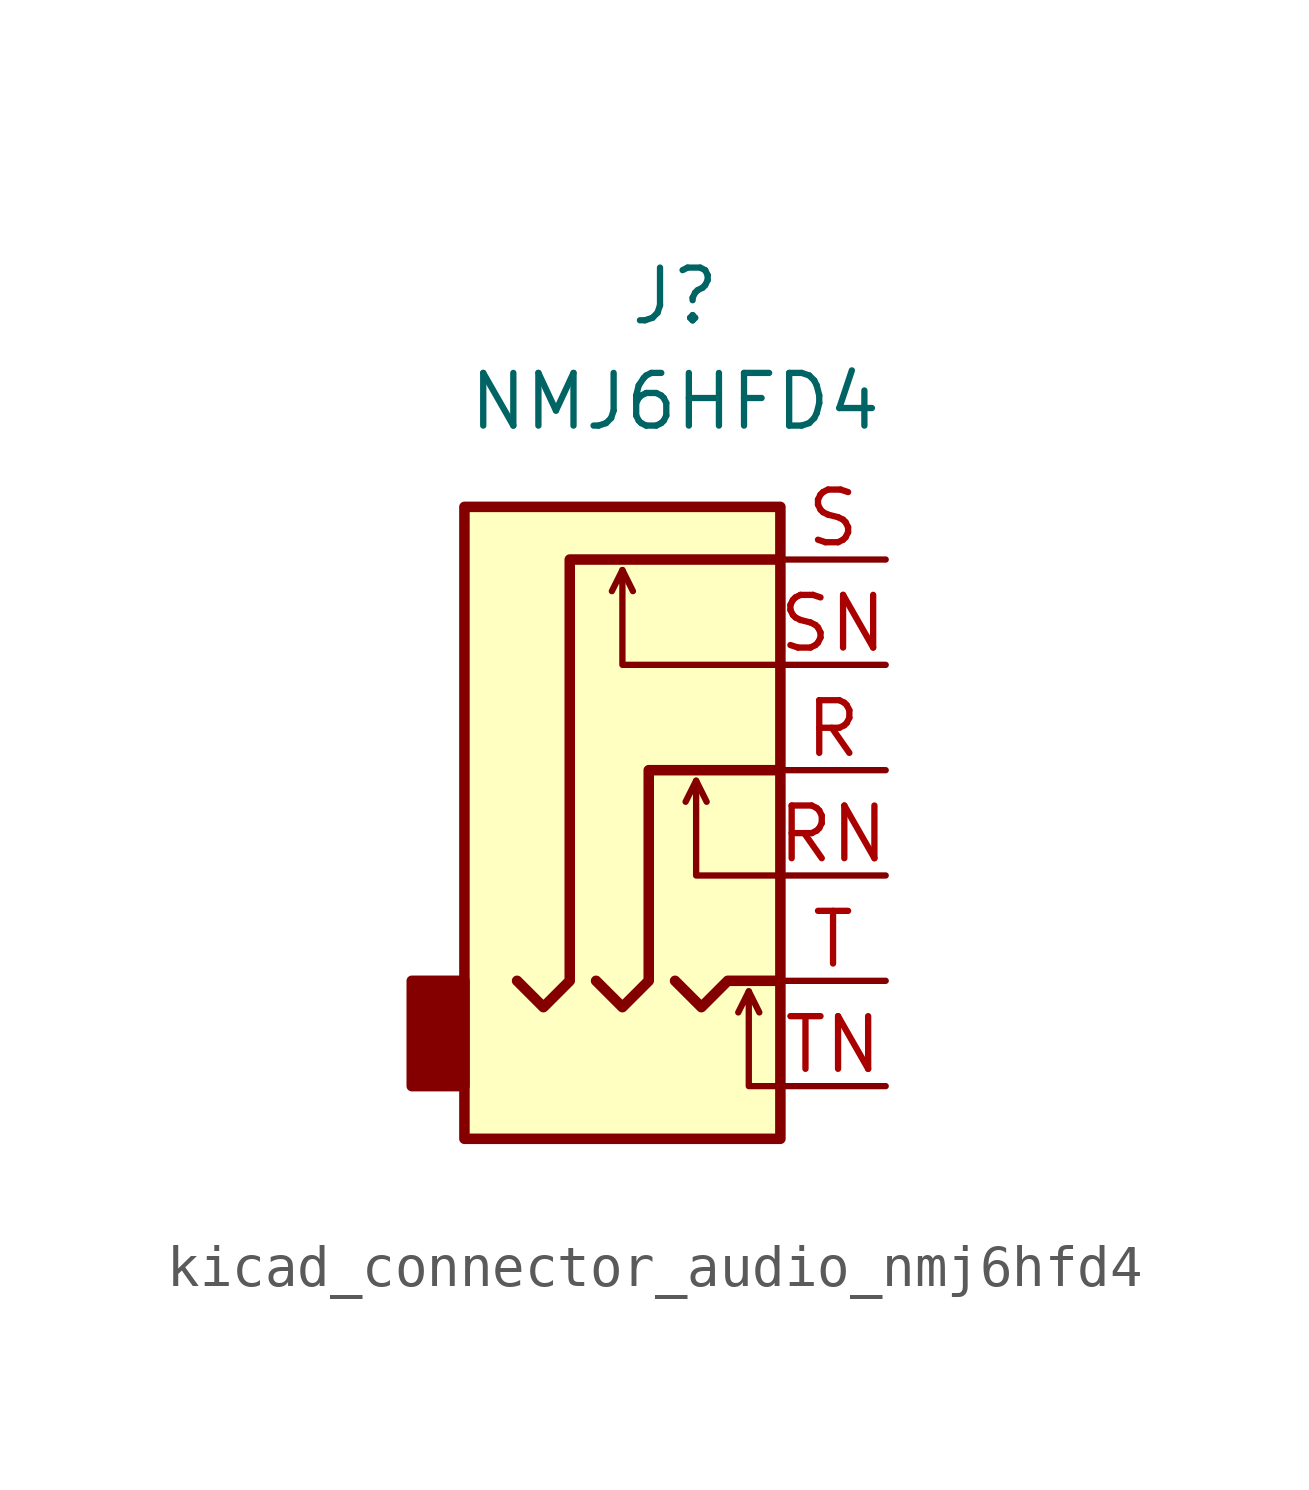
<source format=kicad_sym>
(kicad_symbol_lib
  (version 20220914)
  (generator kicad_symbol_editor)
  (symbol "kicad_connector_audio_nmj6hfd4"
    (property "Reference" "J"
      (at 0 11.43 0)
      (effects (font (size 1.27 1.27))))
    (property "Value" "NMJ6HFD4"
      (at 0 8.89 0)
      (effects (font (size 1.27 1.27))))
    (symbol "kicad_connector_audio_nmj6hfd4_0_1"
      (rectangle (start -5.08 -5.08) (end -6.35 -7.62) (stroke (width 0.254) (type default)) (fill (type outline)))
      (polyline (pts (xy -1.27 4.826) (xy -1.016 4.318)) (stroke (width 0) (type default)) (fill (type none)))
      (polyline (pts (xy 0.508 -0.254) (xy 0.762 -0.762)) (stroke (width 0) (type default)) (fill (type none)))
      (polyline (pts (xy 1.778 -5.334) (xy 2.032 -5.842)) (stroke (width 0) (type default)) (fill (type none)))
      (polyline (pts (xy 0 -5.08) (xy 0.635 -5.715) (xy 1.27 -5.08) (xy 2.54 -5.08)) (stroke (width 0.254) (type default)) (fill (type none)))
      (polyline (pts (xy 2.54 -7.62) (xy 1.778 -7.62) (xy 1.778 -5.334) (xy 1.524 -5.842)) (stroke (width 0) (type default)) (fill (type none)))
      (polyline (pts (xy 2.54 -2.54) (xy 0.508 -2.54) (xy 0.508 -0.254) (xy 0.254 -0.762)) (stroke (width 0) (type default)) (fill (type none)))
      (polyline (pts (xy 2.54 2.54) (xy -1.27 2.54) (xy -1.27 4.826) (xy -1.524 4.318)) (stroke (width 0) (type default)) (fill (type none)))
      (polyline (pts (xy -1.905 -5.08) (xy -1.27 -5.715) (xy -0.635 -5.08) (xy -0.635 0) (xy 2.54 0)) (stroke (width 0.254) (type default)) (fill (type none)))
      (polyline (pts (xy 2.54 5.08) (xy -2.54 5.08) (xy -2.54 -5.08) (xy -3.175 -5.715) (xy -3.81 -5.08)) (stroke (width 0.254) (type default)) (fill (type none)))
      (rectangle (start 2.54 6.35) (end -5.08 -8.89) (stroke (width 0.254) (type default)) (fill (type background))))
    (symbol "kicad_connector_audio_nmj6hfd4_1_1"
      (pin passive line (at 5.08 0 180) (length 2.54) (name "~" (effects (font (size 1.27 1.27)))) (number "R" (effects (font (size 1.27 1.27)))))
      (pin passive line (at 5.08 -2.54 180) (length 2.54) (name "~" (effects (font (size 1.27 1.27)))) (number "RN" (effects (font (size 1.27 1.27)))))
      (pin passive line (at 5.08 5.08 180) (length 2.54) (name "~" (effects (font (size 1.27 1.27)))) (number "S" (effects (font (size 1.27 1.27)))))
      (pin passive line (at 5.08 2.54 180) (length 2.54) (name "~" (effects (font (size 1.27 1.27)))) (number "SN" (effects (font (size 1.27 1.27)))))
      (pin passive line (at 5.08 -5.08 180) (length 2.54) (name "~" (effects (font (size 1.27 1.27)))) (number "T" (effects (font (size 1.27 1.27)))))
      (pin passive line (at 5.08 -7.62 180) (length 2.54) (name "~" (effects (font (size 1.27 1.27)))) (number "TN" (effects (font (size 1.27 1.27))))))))
</source>
